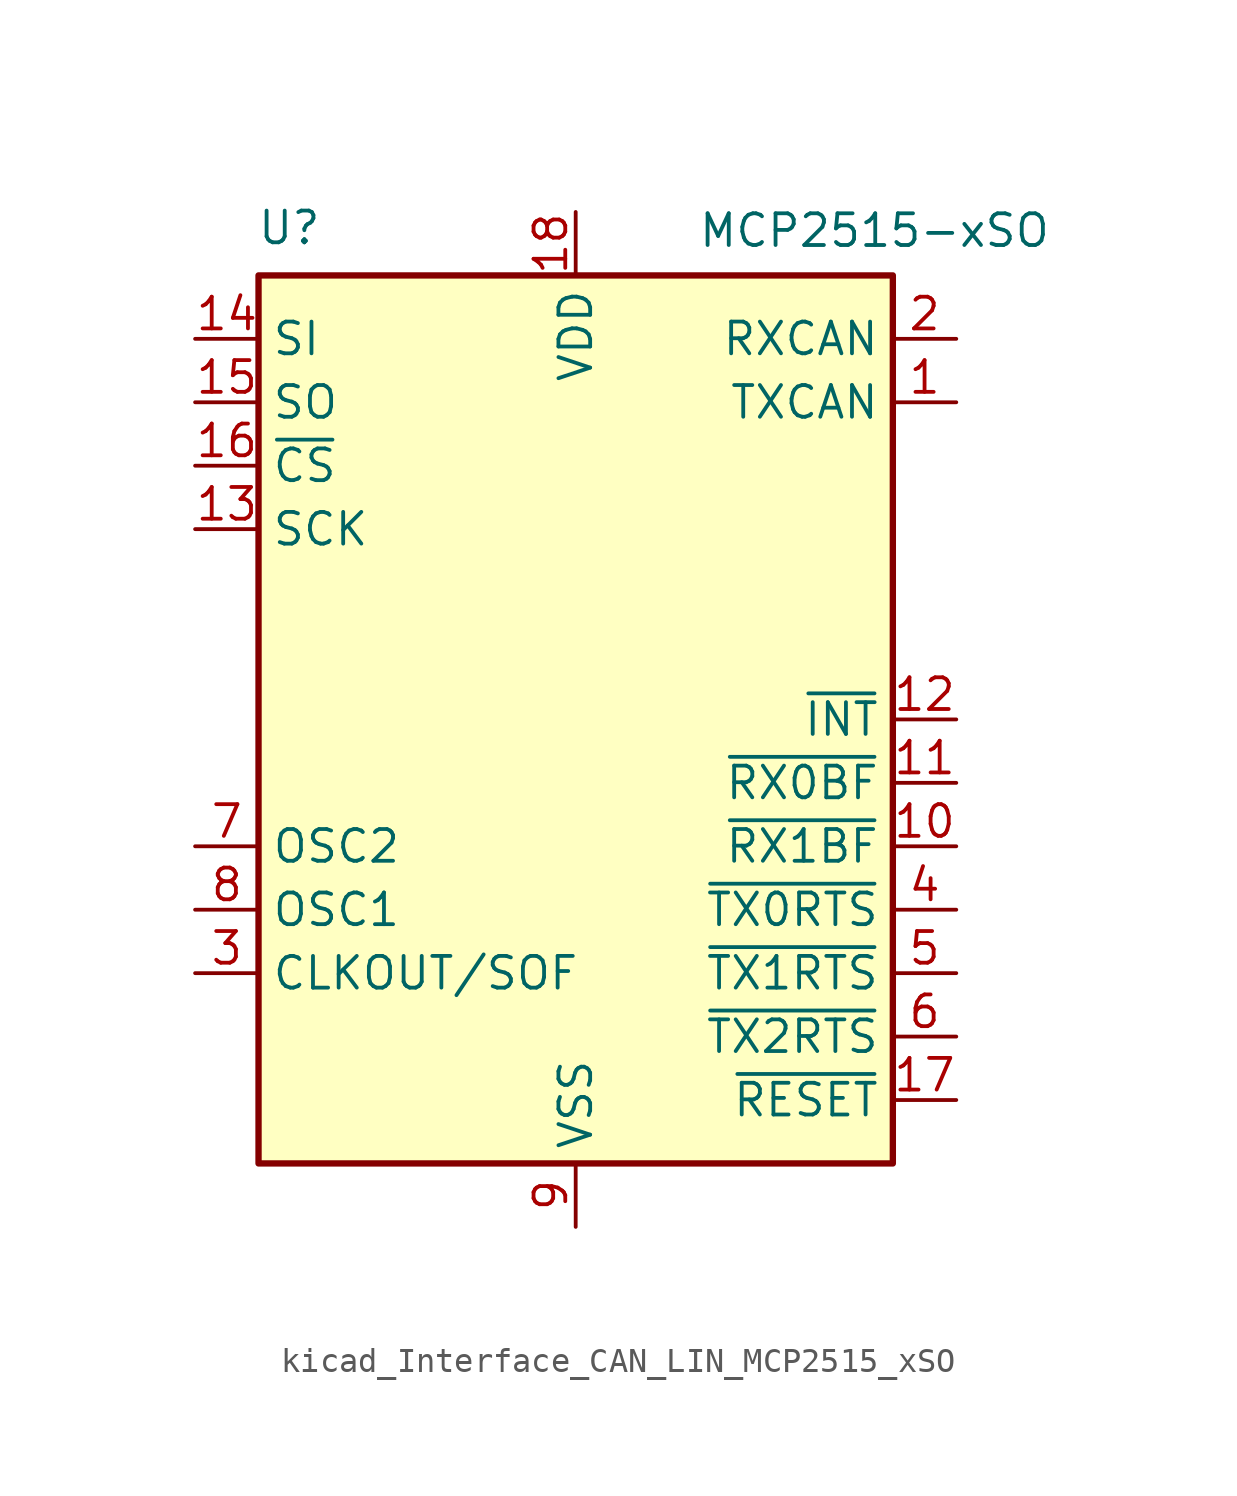
<source format=kicad_sym>
(kicad_symbol_lib
  (version 20220914)
  (generator kicad_symbol_editor)
  (symbol "kicad_Interface_CAN_LIN_MCP2515_xSO"
    (property "Reference" "U"
      (at -10.16 19.685 0)
      (effects (font (size 1.27 1.27)) (justify right)))
    (property "Value" "MCP2515-xSO"
      (at 19.05 20.32 0)
      (effects (font (size 1.27 1.27)) (justify right top)))
    (symbol "kicad_Interface_CAN_LIN_MCP2515_xSO_0_1"
      (rectangle (start -12.7 17.78) (end 12.7 -17.78) (stroke (width 0.254) (type default)) (fill (type background))))
    (symbol "kicad_Interface_CAN_LIN_MCP2515_xSO_1_1"
      (pin output line (at 15.24 12.7 180) (length 2.54) (name "TXCAN" (effects (font (size 1.27 1.27)))) (number "1" (effects (font (size 1.27 1.27)))))
      (pin output line (at 15.24 -5.08 180) (length 2.54) (name "~{RX1BF}" (effects (font (size 1.27 1.27)))) (number "10" (effects (font (size 1.27 1.27)))))
      (pin output line (at 15.24 -2.54 180) (length 2.54) (name "~{RX0BF}" (effects (font (size 1.27 1.27)))) (number "11" (effects (font (size 1.27 1.27)))))
      (pin output line (at 15.24 0 180) (length 2.54) (name "~{INT}" (effects (font (size 1.27 1.27)))) (number "12" (effects (font (size 1.27 1.27)))))
      (pin input line (at -15.24 7.62 0) (length 2.54) (name "SCK" (effects (font (size 1.27 1.27)))) (number "13" (effects (font (size 1.27 1.27)))))
      (pin input line (at -15.24 15.24 0) (length 2.54) (name "SI" (effects (font (size 1.27 1.27)))) (number "14" (effects (font (size 1.27 1.27)))))
      (pin output line (at -15.24 12.7 0) (length 2.54) (name "SO" (effects (font (size 1.27 1.27)))) (number "15" (effects (font (size 1.27 1.27)))))
      (pin input line (at -15.24 10.16 0) (length 2.54) (name "~{CS}" (effects (font (size 1.27 1.27)))) (number "16" (effects (font (size 1.27 1.27)))))
      (pin input line (at 15.24 -15.24 180) (length 2.54) (name "~{RESET}" (effects (font (size 1.27 1.27)))) (number "17" (effects (font (size 1.27 1.27)))))
      (pin power_in line (at 0 20.32 270) (length 2.54) (name "VDD" (effects (font (size 1.27 1.27)))) (number "18" (effects (font (size 1.27 1.27)))))
      (pin input line (at 15.24 15.24 180) (length 2.54) (name "RXCAN" (effects (font (size 1.27 1.27)))) (number "2" (effects (font (size 1.27 1.27)))))
      (pin output line (at -15.24 -10.16 0) (length 2.54) (name "CLKOUT/SOF" (effects (font (size 1.27 1.27)))) (number "3" (effects (font (size 1.27 1.27)))))
      (pin input line (at 15.24 -7.62 180) (length 2.54) (name "~{TX0RTS}" (effects (font (size 1.27 1.27)))) (number "4" (effects (font (size 1.27 1.27)))))
      (pin input line (at 15.24 -10.16 180) (length 2.54) (name "~{TX1RTS}" (effects (font (size 1.27 1.27)))) (number "5" (effects (font (size 1.27 1.27)))))
      (pin input line (at 15.24 -12.7 180) (length 2.54) (name "~{TX2RTS}" (effects (font (size 1.27 1.27)))) (number "6" (effects (font (size 1.27 1.27)))))
      (pin output line (at -15.24 -5.08 0) (length 2.54) (name "OSC2" (effects (font (size 1.27 1.27)))) (number "7" (effects (font (size 1.27 1.27)))))
      (pin input line (at -15.24 -7.62 0) (length 2.54) (name "OSC1" (effects (font (size 1.27 1.27)))) (number "8" (effects (font (size 1.27 1.27)))))
      (pin power_in line (at 0 -20.32 90) (length 2.54) (name "VSS" (effects (font (size 1.27 1.27)))) (number "9" (effects (font (size 1.27 1.27))))))))
</source>
